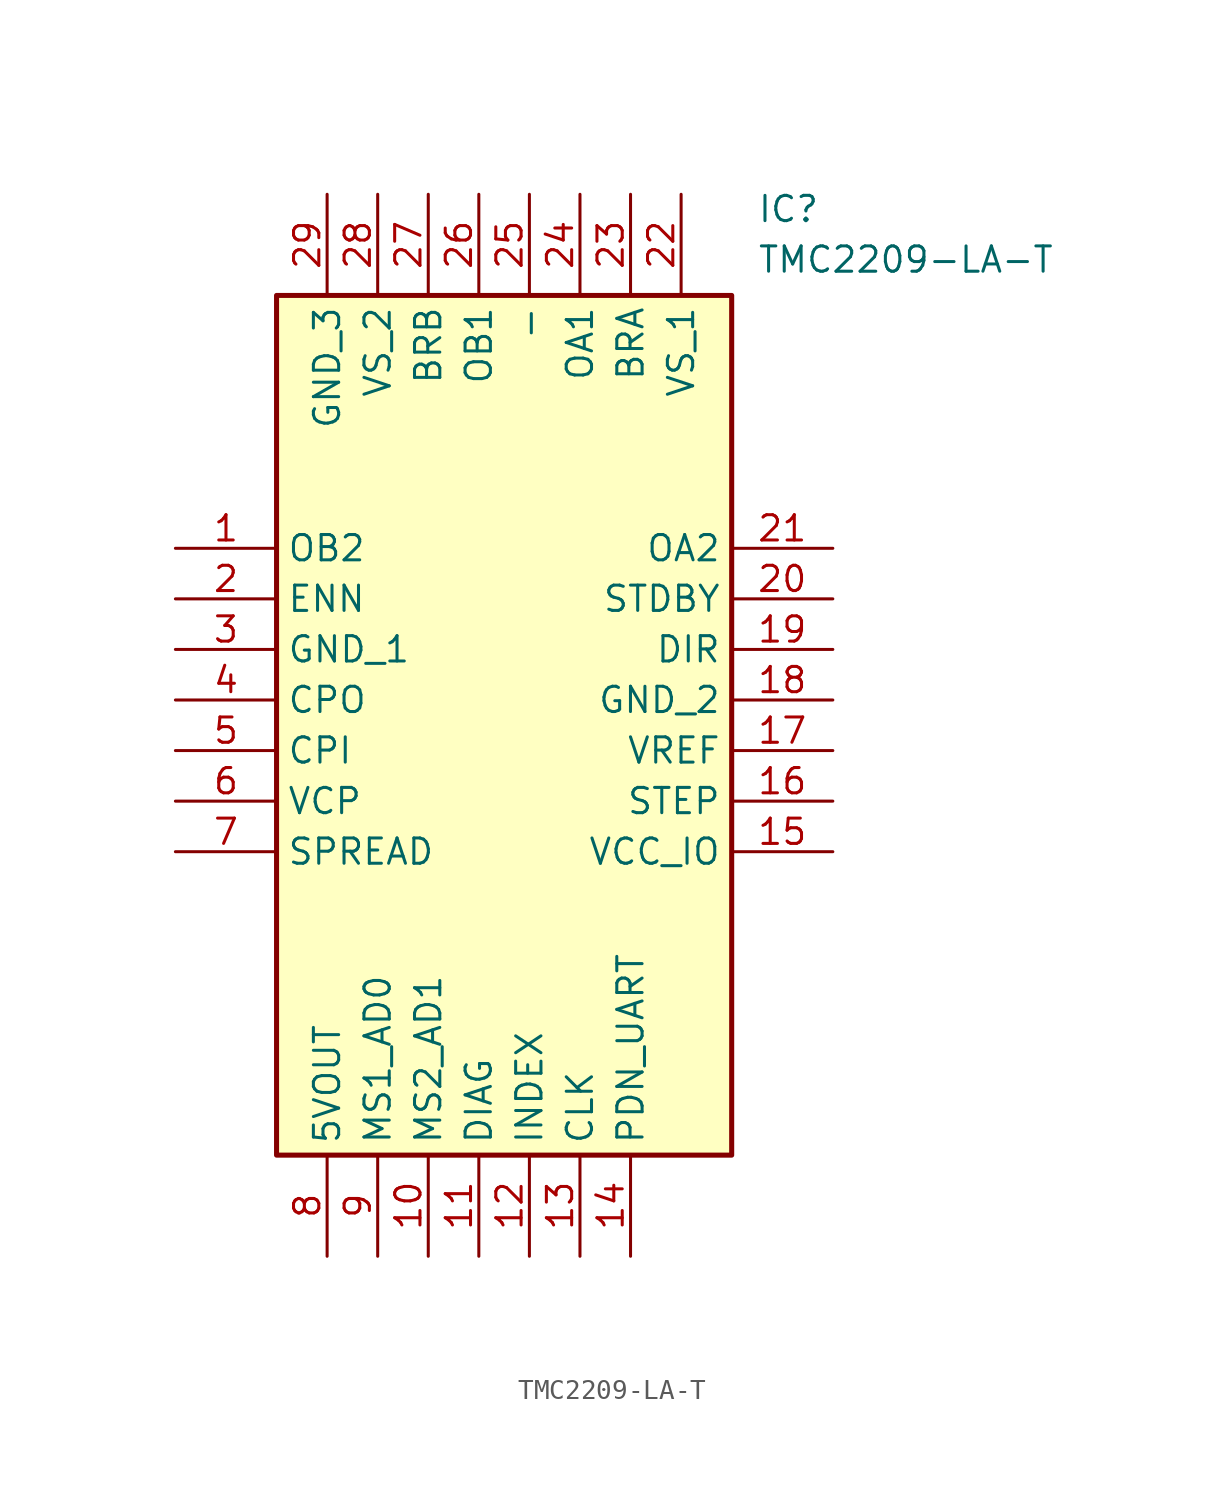
<source format=kicad_sym>
(kicad_symbol_lib
  (version 20211014)
  (generator SamacSys_ECAD_Model)
  (symbol "TMC2209-LA-T"
    (property "Reference" "IC"
      (at 29.21 17.78 0)
      (effects (font (size 1.27 1.27)) (justify left top)))
    (property "Value" "TMC2209-LA-T"
      (at 29.21 15.24 0)
      (effects (font (size 1.27 1.27)) (justify left top)))
    (rectangle
      (start 5.08 12.7)
      (end 27.94 -30.48)
      (stroke (width 0.254) (type default))
      (fill (type background)))
    (pin passive line
      (at 0 0 0)
      (length 5.08)
      (name "OB2" (effects (font (size 1.27 1.27))))
      (number "1" (effects (font (size 1.27 1.27)))))
    (pin passive line
      (at 0 -2.54 0)
      (length 5.08)
      (name "ENN" (effects (font (size 1.27 1.27))))
      (number "2" (effects (font (size 1.27 1.27)))))
    (pin passive line
      (at 0 -5.08 0)
      (length 5.08)
      (name "GND_1" (effects (font (size 1.27 1.27))))
      (number "3" (effects (font (size 1.27 1.27)))))
    (pin passive line
      (at 0 -7.62 0)
      (length 5.08)
      (name "CPO" (effects (font (size 1.27 1.27))))
      (number "4" (effects (font (size 1.27 1.27)))))
    (pin passive line
      (at 0 -10.16 0)
      (length 5.08)
      (name "CPI" (effects (font (size 1.27 1.27))))
      (number "5" (effects (font (size 1.27 1.27)))))
    (pin passive line
      (at 0 -12.7 0)
      (length 5.08)
      (name "VCP" (effects (font (size 1.27 1.27))))
      (number "6" (effects (font (size 1.27 1.27)))))
    (pin passive line
      (at 0 -15.24 0)
      (length 5.08)
      (name "SPREAD" (effects (font (size 1.27 1.27))))
      (number "7" (effects (font (size 1.27 1.27)))))
    (pin passive line
      (at 7.62 -35.56 90)
      (length 5.08)
      (name "5VOUT" (effects (font (size 1.27 1.27))))
      (number "8" (effects (font (size 1.27 1.27)))))
    (pin passive line
      (at 10.16 -35.56 90)
      (length 5.08)
      (name "MS1_AD0" (effects (font (size 1.27 1.27))))
      (number "9" (effects (font (size 1.27 1.27)))))
    (pin passive line
      (at 12.7 -35.56 90)
      (length 5.08)
      (name "MS2_AD1" (effects (font (size 1.27 1.27))))
      (number "10" (effects (font (size 1.27 1.27)))))
    (pin passive line
      (at 15.24 -35.56 90)
      (length 5.08)
      (name "DIAG" (effects (font (size 1.27 1.27))))
      (number "11" (effects (font (size 1.27 1.27)))))
    (pin passive line
      (at 17.78 -35.56 90)
      (length 5.08)
      (name "INDEX" (effects (font (size 1.27 1.27))))
      (number "12" (effects (font (size 1.27 1.27)))))
    (pin passive line
      (at 20.32 -35.56 90)
      (length 5.08)
      (name "CLK" (effects (font (size 1.27 1.27))))
      (number "13" (effects (font (size 1.27 1.27)))))
    (pin passive line
      (at 22.86 -35.56 90)
      (length 5.08)
      (name "PDN_UART" (effects (font (size 1.27 1.27))))
      (number "14" (effects (font (size 1.27 1.27)))))
    (pin passive line
      (at 33.02 0 180)
      (length 5.08)
      (name "OA2" (effects (font (size 1.27 1.27))))
      (number "21" (effects (font (size 1.27 1.27)))))
    (pin passive line
      (at 33.02 -2.54 180)
      (length 5.08)
      (name "STDBY" (effects (font (size 1.27 1.27))))
      (number "20" (effects (font (size 1.27 1.27)))))
    (pin passive line
      (at 33.02 -5.08 180)
      (length 5.08)
      (name "DIR" (effects (font (size 1.27 1.27))))
      (number "19" (effects (font (size 1.27 1.27)))))
    (pin passive line
      (at 33.02 -7.62 180)
      (length 5.08)
      (name "GND_2" (effects (font (size 1.27 1.27))))
      (number "18" (effects (font (size 1.27 1.27)))))
    (pin passive line
      (at 33.02 -10.16 180)
      (length 5.08)
      (name "VREF" (effects (font (size 1.27 1.27))))
      (number "17" (effects (font (size 1.27 1.27)))))
    (pin passive line
      (at 33.02 -12.7 180)
      (length 5.08)
      (name "STEP" (effects (font (size 1.27 1.27))))
      (number "16" (effects (font (size 1.27 1.27)))))
    (pin passive line
      (at 33.02 -15.24 180)
      (length 5.08)
      (name "VCC_IO" (effects (font (size 1.27 1.27))))
      (number "15" (effects (font (size 1.27 1.27)))))
    (pin passive line
      (at 7.62 17.78 270)
      (length 5.08)
      (name "GND_3" (effects (font (size 1.27 1.27))))
      (number "29" (effects (font (size 1.27 1.27)))))
    (pin passive line
      (at 10.16 17.78 270)
      (length 5.08)
      (name "VS_2" (effects (font (size 1.27 1.27))))
      (number "28" (effects (font (size 1.27 1.27)))))
    (pin passive line
      (at 12.7 17.78 270)
      (length 5.08)
      (name "BRB" (effects (font (size 1.27 1.27))))
      (number "27" (effects (font (size 1.27 1.27)))))
    (pin passive line
      (at 15.24 17.78 270)
      (length 5.08)
      (name "OB1" (effects (font (size 1.27 1.27))))
      (number "26" (effects (font (size 1.27 1.27)))))
    (pin passive line
      (at 17.78 17.78 270)
      (length 5.08)
      (name "-" (effects (font (size 1.27 1.27))))
      (number "25" (effects (font (size 1.27 1.27)))))
    (pin passive line
      (at 20.32 17.78 270)
      (length 5.08)
      (name "OA1" (effects (font (size 1.27 1.27))))
      (number "24" (effects (font (size 1.27 1.27)))))
    (pin passive line
      (at 22.86 17.78 270)
      (length 5.08)
      (name "BRA" (effects (font (size 1.27 1.27))))
      (number "23" (effects (font (size 1.27 1.27)))))
    (pin passive line
      (at 25.4 17.78 270)
      (length 5.08)
      (name "VS_1" (effects (font (size 1.27 1.27))))
      (number "22" (effects (font (size 1.27 1.27)))))))
</source>
